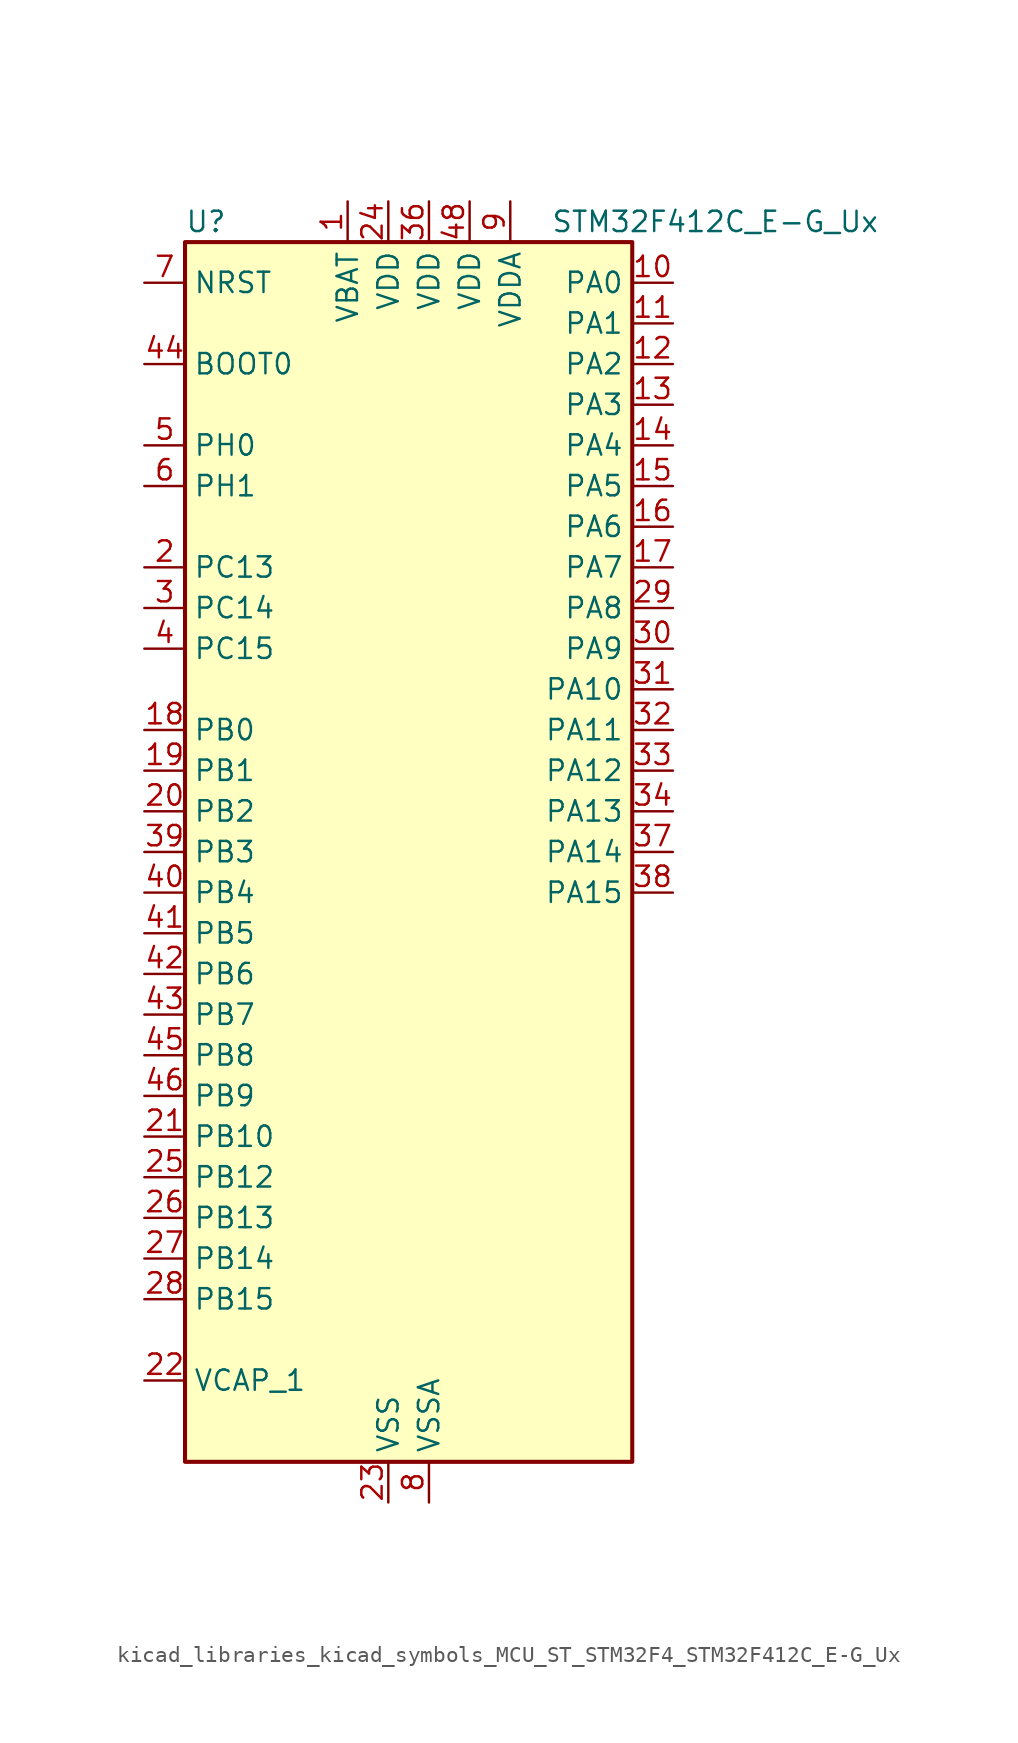
<source format=kicad_sym>
(kicad_symbol_lib
  (version 20220914)
  (generator kicad_symbol_editor)
  (symbol "kicad_libraries_kicad_symbols_MCU_ST_STM32F4_STM32F412C_E-G_Ux"
    (property "Reference" "U"
      (at -12.7 39.37 0)
      (effects (font (size 1.27 1.27)) (justify left)))
    (property "Value" "STM32F412C_E-G_Ux"
      (at 10.16 39.37 0)
      (effects (font (size 1.27 1.27)) (justify left)))
    (property "ki_locked" ""
      (at 0 0 0)
      (effects (font (size 1.27 1.27))))
    (symbol "kicad_libraries_kicad_symbols_MCU_ST_STM32F4_STM32F412C_E-G_Ux_0_1"
      (rectangle (start -12.7 -38.1) (end 15.24 38.1) (stroke (width 0.254) (type default)) (fill (type background))))
    (symbol "kicad_libraries_kicad_symbols_MCU_ST_STM32F4_STM32F412C_E-G_Ux_1_1"
      (pin power_in line (at -2.54 40.64 270) (length 2.54) (name "VBAT" (effects (font (size 1.27 1.27)))) (number "1" (effects (font (size 1.27 1.27)))))
      (pin bidirectional line (at 17.78 35.56 180) (length 2.54) (name "PA0" (effects (font (size 1.27 1.27)))) (number "10" (effects (font (size 1.27 1.27)))) (alternate "ADC1_IN0" bidirectional line) (alternate "SYS_WKUP1" bidirectional line) (alternate "TIM2_CH1" bidirectional line) (alternate "TIM2_ETR" bidirectional line) (alternate "TIM5_CH1" bidirectional line) (alternate "TIM8_ETR" bidirectional line) (alternate "USART2_CTS" bidirectional line))
      (pin bidirectional line (at 17.78 33.02 180) (length 2.54) (name "PA1" (effects (font (size 1.27 1.27)))) (number "11" (effects (font (size 1.27 1.27)))) (alternate "ADC1_IN1" bidirectional line) (alternate "I2S4_SD" bidirectional line) (alternate "SPI4_MOSI" bidirectional line) (alternate "TIM2_CH2" bidirectional line) (alternate "TIM5_CH2" bidirectional line) (alternate "USART2_RTS" bidirectional line))
      (pin bidirectional line (at 17.78 30.48 180) (length 2.54) (name "PA2" (effects (font (size 1.27 1.27)))) (number "12" (effects (font (size 1.27 1.27)))) (alternate "ADC1_IN2" bidirectional line) (alternate "I2S_CKIN" bidirectional line) (alternate "TIM2_CH3" bidirectional line) (alternate "TIM5_CH3" bidirectional line) (alternate "TIM9_CH1" bidirectional line) (alternate "USART2_TX" bidirectional line))
      (pin bidirectional line (at 17.78 27.94 180) (length 2.54) (name "PA3" (effects (font (size 1.27 1.27)))) (number "13" (effects (font (size 1.27 1.27)))) (alternate "ADC1_IN3" bidirectional line) (alternate "I2S2_MCK" bidirectional line) (alternate "TIM2_CH4" bidirectional line) (alternate "TIM5_CH4" bidirectional line) (alternate "TIM9_CH2" bidirectional line) (alternate "USART2_RX" bidirectional line))
      (pin bidirectional line (at 17.78 25.4 180) (length 2.54) (name "PA4" (effects (font (size 1.27 1.27)))) (number "14" (effects (font (size 1.27 1.27)))) (alternate "ADC1_IN4" bidirectional line) (alternate "DFSDM1_DATIN1" bidirectional line) (alternate "I2S1_WS" bidirectional line) (alternate "I2S3_WS" bidirectional line) (alternate "SPI1_NSS" bidirectional line) (alternate "SPI3_NSS" bidirectional line) (alternate "USART2_CK" bidirectional line))
      (pin bidirectional line (at 17.78 22.86 180) (length 2.54) (name "PA5" (effects (font (size 1.27 1.27)))) (number "15" (effects (font (size 1.27 1.27)))) (alternate "ADC1_IN5" bidirectional line) (alternate "DFSDM1_CKIN1" bidirectional line) (alternate "I2S1_CK" bidirectional line) (alternate "SPI1_SCK" bidirectional line) (alternate "TIM2_CH1" bidirectional line) (alternate "TIM2_ETR" bidirectional line) (alternate "TIM8_CH1N" bidirectional line))
      (pin bidirectional line (at 17.78 20.32 180) (length 2.54) (name "PA6" (effects (font (size 1.27 1.27)))) (number "16" (effects (font (size 1.27 1.27)))) (alternate "ADC1_IN6" bidirectional line) (alternate "I2S2_MCK" bidirectional line) (alternate "SDIO_CMD" bidirectional line) (alternate "SPI1_MISO" bidirectional line) (alternate "TIM13_CH1" bidirectional line) (alternate "TIM1_BKIN" bidirectional line) (alternate "TIM3_CH1" bidirectional line) (alternate "TIM8_BKIN" bidirectional line))
      (pin bidirectional line (at 17.78 17.78 180) (length 2.54) (name "PA7" (effects (font (size 1.27 1.27)))) (number "17" (effects (font (size 1.27 1.27)))) (alternate "ADC1_IN7" bidirectional line) (alternate "I2S1_SD" bidirectional line) (alternate "SPI1_MOSI" bidirectional line) (alternate "TIM14_CH1" bidirectional line) (alternate "TIM1_CH1N" bidirectional line) (alternate "TIM3_CH2" bidirectional line) (alternate "TIM8_CH1N" bidirectional line))
      (pin bidirectional line (at -15.24 7.62 0) (length 2.54) (name "PB0" (effects (font (size 1.27 1.27)))) (number "18" (effects (font (size 1.27 1.27)))) (alternate "ADC1_IN8" bidirectional line) (alternate "I2S5_CK" bidirectional line) (alternate "SPI5_SCK" bidirectional line) (alternate "TIM1_CH2N" bidirectional line) (alternate "TIM3_CH3" bidirectional line) (alternate "TIM8_CH2N" bidirectional line))
      (pin bidirectional line (at -15.24 5.08 0) (length 2.54) (name "PB1" (effects (font (size 1.27 1.27)))) (number "19" (effects (font (size 1.27 1.27)))) (alternate "ADC1_IN9" bidirectional line) (alternate "DFSDM1_DATIN0" bidirectional line) (alternate "I2S5_WS" bidirectional line) (alternate "SPI5_NSS" bidirectional line) (alternate "TIM1_CH3N" bidirectional line) (alternate "TIM3_CH4" bidirectional line) (alternate "TIM8_CH3N" bidirectional line))
      (pin bidirectional line (at -15.24 17.78 0) (length 2.54) (name "PC13" (effects (font (size 1.27 1.27)))) (number "2" (effects (font (size 1.27 1.27)))) (alternate "RTC_AF1" bidirectional line))
      (pin bidirectional line (at -15.24 2.54 0) (length 2.54) (name "PB2" (effects (font (size 1.27 1.27)))) (number "20" (effects (font (size 1.27 1.27)))) (alternate "DFSDM1_CKIN0" bidirectional line))
      (pin bidirectional line (at -15.24 -17.78 0) (length 2.54) (name "PB10" (effects (font (size 1.27 1.27)))) (number "21" (effects (font (size 1.27 1.27)))) (alternate "FMPI2C1_SCL" bidirectional line) (alternate "I2C2_SCL" bidirectional line) (alternate "I2S2_CK" bidirectional line) (alternate "I2S3_MCK" bidirectional line) (alternate "SDIO_D7" bidirectional line) (alternate "SPI2_SCK" bidirectional line) (alternate "TIM2_CH3" bidirectional line) (alternate "USART3_TX" bidirectional line))
      (pin power_out line (at -15.24 -33.02 0) (length 2.54) (name "VCAP_1" (effects (font (size 1.27 1.27)))) (number "22" (effects (font (size 1.27 1.27)))))
      (pin power_in line (at 0 -40.64 90) (length 2.54) (name "VSS" (effects (font (size 1.27 1.27)))) (number "23" (effects (font (size 1.27 1.27)))))
      (pin power_in line (at 0 40.64 270) (length 2.54) (name "VDD" (effects (font (size 1.27 1.27)))) (number "24" (effects (font (size 1.27 1.27)))))
      (pin bidirectional line (at -15.24 -20.32 0) (length 2.54) (name "PB12" (effects (font (size 1.27 1.27)))) (number "25" (effects (font (size 1.27 1.27)))) (alternate "CAN2_RX" bidirectional line) (alternate "DFSDM1_DATIN1" bidirectional line) (alternate "I2C2_SMBA" bidirectional line) (alternate "I2S2_WS" bidirectional line) (alternate "I2S3_CK" bidirectional line) (alternate "I2S4_WS" bidirectional line) (alternate "SPI2_NSS" bidirectional line) (alternate "SPI3_SCK" bidirectional line) (alternate "SPI4_NSS" bidirectional line) (alternate "TIM1_BKIN" bidirectional line) (alternate "USART3_CK" bidirectional line))
      (pin bidirectional line (at -15.24 -22.86 0) (length 2.54) (name "PB13" (effects (font (size 1.27 1.27)))) (number "26" (effects (font (size 1.27 1.27)))) (alternate "CAN2_TX" bidirectional line) (alternate "DFSDM1_CKIN1" bidirectional line) (alternate "FMPI2C1_SMBA" bidirectional line) (alternate "I2S2_CK" bidirectional line) (alternate "I2S4_CK" bidirectional line) (alternate "SPI2_SCK" bidirectional line) (alternate "SPI4_SCK" bidirectional line) (alternate "TIM1_CH1N" bidirectional line))
      (pin bidirectional line (at -15.24 -25.4 0) (length 2.54) (name "PB14" (effects (font (size 1.27 1.27)))) (number "27" (effects (font (size 1.27 1.27)))) (alternate "DFSDM1_DATIN2" bidirectional line) (alternate "FMPI2C1_SDA" bidirectional line) (alternate "I2S2_ext_SD" bidirectional line) (alternate "SDIO_D6" bidirectional line) (alternate "SPI2_MISO" bidirectional line) (alternate "TIM12_CH1" bidirectional line) (alternate "TIM1_CH2N" bidirectional line) (alternate "TIM8_CH2N" bidirectional line))
      (pin bidirectional line (at -15.24 -27.94 0) (length 2.54) (name "PB15" (effects (font (size 1.27 1.27)))) (number "28" (effects (font (size 1.27 1.27)))) (alternate "ADC1_EXTI15" bidirectional line) (alternate "DFSDM1_CKIN2" bidirectional line) (alternate "FMPI2C1_SCL" bidirectional line) (alternate "I2S2_SD" bidirectional line) (alternate "RTC_REFIN" bidirectional line) (alternate "SDIO_CK" bidirectional line) (alternate "SPI2_MOSI" bidirectional line) (alternate "TIM12_CH2" bidirectional line) (alternate "TIM1_CH3N" bidirectional line) (alternate "TIM8_CH3N" bidirectional line))
      (pin bidirectional line (at 17.78 15.24 180) (length 2.54) (name "PA8" (effects (font (size 1.27 1.27)))) (number "29" (effects (font (size 1.27 1.27)))) (alternate "I2C3_SCL" bidirectional line) (alternate "RCC_MCO_1" bidirectional line) (alternate "SDIO_D1" bidirectional line) (alternate "TIM1_CH1" bidirectional line) (alternate "USART1_CK" bidirectional line) (alternate "USB_OTG_FS_SOF" bidirectional line))
      (pin bidirectional line (at -15.24 15.24 0) (length 2.54) (name "PC14" (effects (font (size 1.27 1.27)))) (number "3" (effects (font (size 1.27 1.27)))) (alternate "RCC_OSC32_IN" bidirectional line))
      (pin bidirectional line (at 17.78 12.7 180) (length 2.54) (name "PA9" (effects (font (size 1.27 1.27)))) (number "30" (effects (font (size 1.27 1.27)))) (alternate "I2C3_SMBA" bidirectional line) (alternate "SDIO_D2" bidirectional line) (alternate "TIM1_CH2" bidirectional line) (alternate "USART1_TX" bidirectional line) (alternate "USB_OTG_FS_VBUS" bidirectional line))
      (pin bidirectional line (at 17.78 10.16 180) (length 2.54) (name "PA10" (effects (font (size 1.27 1.27)))) (number "31" (effects (font (size 1.27 1.27)))) (alternate "I2S5_SD" bidirectional line) (alternate "SPI5_MOSI" bidirectional line) (alternate "TIM1_CH3" bidirectional line) (alternate "USART1_RX" bidirectional line) (alternate "USB_OTG_FS_ID" bidirectional line))
      (pin bidirectional line (at 17.78 7.62 180) (length 2.54) (name "PA11" (effects (font (size 1.27 1.27)))) (number "32" (effects (font (size 1.27 1.27)))) (alternate "ADC1_EXTI11" bidirectional line) (alternate "CAN1_RX" bidirectional line) (alternate "SPI4_MISO" bidirectional line) (alternate "TIM1_CH4" bidirectional line) (alternate "USART1_CTS" bidirectional line) (alternate "USART6_TX" bidirectional line) (alternate "USB_OTG_FS_DM" bidirectional line))
      (pin bidirectional line (at 17.78 5.08 180) (length 2.54) (name "PA12" (effects (font (size 1.27 1.27)))) (number "33" (effects (font (size 1.27 1.27)))) (alternate "CAN1_TX" bidirectional line) (alternate "SPI5_MISO" bidirectional line) (alternate "TIM1_ETR" bidirectional line) (alternate "USART1_RTS" bidirectional line) (alternate "USART6_RX" bidirectional line) (alternate "USB_OTG_FS_DP" bidirectional line))
      (pin bidirectional line (at 17.78 2.54 180) (length 2.54) (name "PA13" (effects (font (size 1.27 1.27)))) (number "34" (effects (font (size 1.27 1.27)))) (alternate "SYS_JTMS-SWDIO" bidirectional line))
      (pin passive line (at 0 -40.64 90) (length 2.54) hide (name "VSS" (effects (font (size 1.27 1.27)))) (number "35" (effects (font (size 1.27 1.27)))))
      (pin power_in line (at 2.54 40.64 270) (length 2.54) (name "VDD" (effects (font (size 1.27 1.27)))) (number "36" (effects (font (size 1.27 1.27)))))
      (pin bidirectional line (at 17.78 0 180) (length 2.54) (name "PA14" (effects (font (size 1.27 1.27)))) (number "37" (effects (font (size 1.27 1.27)))) (alternate "SYS_JTCK-SWCLK" bidirectional line))
      (pin bidirectional line (at 17.78 -2.54 180) (length 2.54) (name "PA15" (effects (font (size 1.27 1.27)))) (number "38" (effects (font (size 1.27 1.27)))) (alternate "ADC1_EXTI15" bidirectional line) (alternate "I2S1_WS" bidirectional line) (alternate "I2S3_WS" bidirectional line) (alternate "SPI1_NSS" bidirectional line) (alternate "SPI3_NSS" bidirectional line) (alternate "SYS_JTDI" bidirectional line) (alternate "TIM2_CH1" bidirectional line) (alternate "TIM2_ETR" bidirectional line) (alternate "USART1_TX" bidirectional line))
      (pin bidirectional line (at -15.24 0 0) (length 2.54) (name "PB3" (effects (font (size 1.27 1.27)))) (number "39" (effects (font (size 1.27 1.27)))) (alternate "FMPI2C1_SDA" bidirectional line) (alternate "I2C2_SDA" bidirectional line) (alternate "I2S1_CK" bidirectional line) (alternate "I2S3_CK" bidirectional line) (alternate "SPI1_SCK" bidirectional line) (alternate "SPI3_SCK" bidirectional line) (alternate "SYS_JTDO-SWO" bidirectional line) (alternate "TIM2_CH2" bidirectional line) (alternate "USART1_RX" bidirectional line))
      (pin bidirectional line (at -15.24 12.7 0) (length 2.54) (name "PC15" (effects (font (size 1.27 1.27)))) (number "4" (effects (font (size 1.27 1.27)))) (alternate "ADC1_EXTI15" bidirectional line) (alternate "RCC_OSC32_OUT" bidirectional line))
      (pin bidirectional line (at -15.24 -2.54 0) (length 2.54) (name "PB4" (effects (font (size 1.27 1.27)))) (number "40" (effects (font (size 1.27 1.27)))) (alternate "I2C3_SDA" bidirectional line) (alternate "I2S3_ext_SD" bidirectional line) (alternate "SDIO_D0" bidirectional line) (alternate "SPI1_MISO" bidirectional line) (alternate "SPI3_MISO" bidirectional line) (alternate "SYS_JTRST" bidirectional line) (alternate "TIM3_CH1" bidirectional line))
      (pin bidirectional line (at -15.24 -5.08 0) (length 2.54) (name "PB5" (effects (font (size 1.27 1.27)))) (number "41" (effects (font (size 1.27 1.27)))) (alternate "CAN2_RX" bidirectional line) (alternate "I2C1_SMBA" bidirectional line) (alternate "I2S1_SD" bidirectional line) (alternate "I2S3_SD" bidirectional line) (alternate "SDIO_D3" bidirectional line) (alternate "SPI1_MOSI" bidirectional line) (alternate "SPI3_MOSI" bidirectional line) (alternate "TIM3_CH2" bidirectional line))
      (pin bidirectional line (at -15.24 -7.62 0) (length 2.54) (name "PB6" (effects (font (size 1.27 1.27)))) (number "42" (effects (font (size 1.27 1.27)))) (alternate "CAN2_TX" bidirectional line) (alternate "I2C1_SCL" bidirectional line) (alternate "SDIO_D0" bidirectional line) (alternate "TIM4_CH1" bidirectional line) (alternate "USART1_TX" bidirectional line))
      (pin bidirectional line (at -15.24 -10.16 0) (length 2.54) (name "PB7" (effects (font (size 1.27 1.27)))) (number "43" (effects (font (size 1.27 1.27)))) (alternate "I2C1_SDA" bidirectional line) (alternate "TIM4_CH2" bidirectional line) (alternate "USART1_RX" bidirectional line))
      (pin input line (at -15.24 30.48 0) (length 2.54) (name "BOOT0" (effects (font (size 1.27 1.27)))) (number "44" (effects (font (size 1.27 1.27)))))
      (pin bidirectional line (at -15.24 -12.7 0) (length 2.54) (name "PB8" (effects (font (size 1.27 1.27)))) (number "45" (effects (font (size 1.27 1.27)))) (alternate "CAN1_RX" bidirectional line) (alternate "I2C1_SCL" bidirectional line) (alternate "I2C3_SDA" bidirectional line) (alternate "I2S5_SD" bidirectional line) (alternate "SDIO_D4" bidirectional line) (alternate "SPI5_MOSI" bidirectional line) (alternate "TIM10_CH1" bidirectional line) (alternate "TIM4_CH3" bidirectional line))
      (pin bidirectional line (at -15.24 -15.24 0) (length 2.54) (name "PB9" (effects (font (size 1.27 1.27)))) (number "46" (effects (font (size 1.27 1.27)))) (alternate "CAN1_TX" bidirectional line) (alternate "I2C1_SDA" bidirectional line) (alternate "I2C2_SDA" bidirectional line) (alternate "I2S2_WS" bidirectional line) (alternate "SDIO_D5" bidirectional line) (alternate "SPI2_NSS" bidirectional line) (alternate "TIM11_CH1" bidirectional line) (alternate "TIM4_CH4" bidirectional line))
      (pin passive line (at 0 -40.64 90) (length 2.54) hide (name "VSS" (effects (font (size 1.27 1.27)))) (number "47" (effects (font (size 1.27 1.27)))))
      (pin power_in line (at 5.08 40.64 270) (length 2.54) (name "VDD" (effects (font (size 1.27 1.27)))) (number "48" (effects (font (size 1.27 1.27)))))
      (pin passive line (at 0 -40.64 90) (length 2.54) hide (name "VSS" (effects (font (size 1.27 1.27)))) (number "49" (effects (font (size 1.27 1.27)))))
      (pin bidirectional line (at -15.24 25.4 0) (length 2.54) (name "PH0" (effects (font (size 1.27 1.27)))) (number "5" (effects (font (size 1.27 1.27)))) (alternate "RCC_OSC_IN" bidirectional line))
      (pin bidirectional line (at -15.24 22.86 0) (length 2.54) (name "PH1" (effects (font (size 1.27 1.27)))) (number "6" (effects (font (size 1.27 1.27)))) (alternate "RCC_OSC_OUT" bidirectional line))
      (pin input line (at -15.24 35.56 0) (length 2.54) (name "NRST" (effects (font (size 1.27 1.27)))) (number "7" (effects (font (size 1.27 1.27)))))
      (pin power_in line (at 2.54 -40.64 90) (length 2.54) (name "VSSA" (effects (font (size 1.27 1.27)))) (number "8" (effects (font (size 1.27 1.27)))))
      (pin power_in line (at 7.62 40.64 270) (length 2.54) (name "VDDA" (effects (font (size 1.27 1.27)))) (number "9" (effects (font (size 1.27 1.27))))))))
</source>
